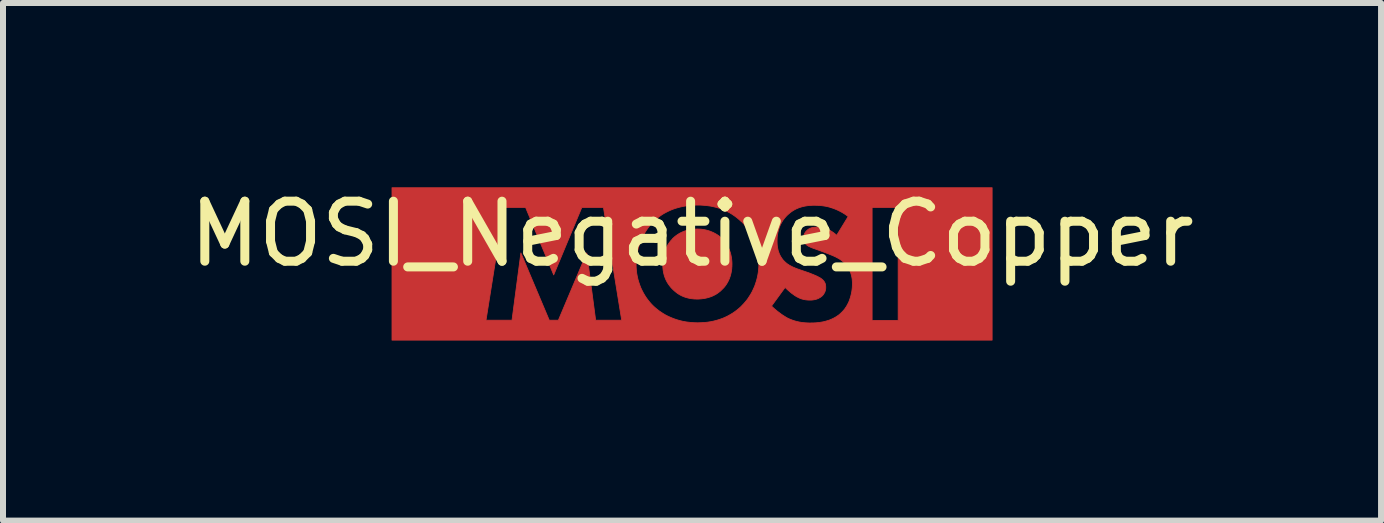
<source format=kicad_pcb>
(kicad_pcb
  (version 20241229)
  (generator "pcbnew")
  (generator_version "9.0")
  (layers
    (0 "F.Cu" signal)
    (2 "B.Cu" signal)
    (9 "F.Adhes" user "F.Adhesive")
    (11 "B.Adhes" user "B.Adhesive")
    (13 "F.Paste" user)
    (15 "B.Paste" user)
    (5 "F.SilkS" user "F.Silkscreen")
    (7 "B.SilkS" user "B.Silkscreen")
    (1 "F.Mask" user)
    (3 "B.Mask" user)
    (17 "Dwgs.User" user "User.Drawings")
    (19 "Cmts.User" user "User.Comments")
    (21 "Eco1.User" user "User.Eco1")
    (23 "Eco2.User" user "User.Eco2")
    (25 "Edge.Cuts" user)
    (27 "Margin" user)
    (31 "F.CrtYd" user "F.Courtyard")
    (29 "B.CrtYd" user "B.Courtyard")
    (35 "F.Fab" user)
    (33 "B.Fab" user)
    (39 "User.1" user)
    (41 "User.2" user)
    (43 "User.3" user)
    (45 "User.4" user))
  (footprint "MOSI_Negative_Copper"
    (layer "F.Cu")
    (at 8.482 1.348)
    (property "Reference" "MOSI_Negative_Copper" (at 0 -0.5 0) (unlocked yes) (layer "F.SilkS") (effects (font (size 1 1) (thickness 0.15))))
    (fp_poly (pts (xy 0.119 -0.581) (xy 0.151 -0.579) (xy 0.182 -0.575) (xy 0.212 -0.57) (xy 0.242 -0.563) (xy 0.271 -0.555) (xy 0.299 -0.546) (xy 0.326 -0.535) (xy 0.352 -0.524) (xy 0.377 -0.511) (xy 0.401 -0.498) (xy 0.424 -0.484) (xy 0.446 -0.469) (xy 0.466 -0.453) (xy 0.485 -0.437) (xy 0.503 -0.42) (xy 0.519 -0.403) (xy 0.535 -0.385) (xy 0.55 -0.366) (xy 0.564 -0.345) (xy 0.578 -0.323) (xy 0.592 -0.3) (xy 0.604 -0.275) (xy 0.616 -0.249) (xy 0.627 -0.222) (xy 0.637 -0.193) (xy 0.645 -0.164) (xy 0.652 -0.133) (xy 0.658 -0.1) (xy 0.662 -0.067) (xy 0.665 -0.032) (xy 0.666 0.004) (xy 0.665 0.023) (xy 0.665 0.043) (xy 0.663 0.062) (xy 0.662 0.08) (xy 0.66 0.099) (xy 0.657 0.116) (xy 0.654 0.133) (xy 0.651 0.15) (xy 0.647 0.166) (xy 0.643 0.182) (xy 0.639 0.197) (xy 0.634 0.212) (xy 0.624 0.241) (xy 0.612 0.268) (xy 0.6 0.293) (xy 0.587 0.316) (xy 0.574 0.338) (xy 0.56 0.358) (xy 0.546 0.377) (xy 0.532 0.394) (xy 0.517 0.409) (xy 0.503 0.423) (xy 0.486 0.44) (xy 0.468 0.457) (xy 0.448 0.472) (xy 0.428 0.487) (xy 0.406 0.502) (xy 0.383 0.515) (xy 0.359 0.527) (xy 0.334 0.539) (xy 0.307 0.549) (xy 0.279 0.558) (xy 0.25 0.566) (xy 0.22 0.573) (xy 0.189 0.578) (xy 0.156 0.582) (xy 0.122 0.585) (xy 0.087 0.586) (xy 0.06 0.585) (xy 0.033 0.584) (xy 0.007 0.581) (xy -0.02 0.578) (xy -0.046 0.573) (xy -0.072 0.567) (xy -0.098 0.56) (xy -0.123 0.552) (xy -0.148 0.542) (xy -0.173 0.531) (xy -0.198 0.518) (xy -0.222 0.504) (xy -0.246 0.488) (xy -0.269 0.47) (xy -0.292 0.451) (xy -0.315 0.43) (xy -0.336 0.409) (xy -0.356 0.387) (xy -0.374 0.364) (xy -0.391 0.341) (xy -0.407 0.317) (xy -0.421 0.292) (xy -0.434 0.267) (xy -0.445 0.241) (xy -0.455 0.215) (xy -0.464 0.187) (xy -0.471 0.159) (xy -0.477 0.13) (xy -0.482 0.101) (xy -0.485 0.07) (xy -0.487 0.039) (xy -0.488 0.007) (xy -0.488 -0.012) (xy -0.487 -0.031) (xy -0.486 -0.05) (xy -0.484 -0.068) (xy -0.482 -0.086) (xy -0.48 -0.103) (xy -0.477 -0.12) (xy -0.473 -0.137) (xy -0.466 -0.169) (xy -0.457 -0.199) (xy -0.447 -0.228) (xy -0.435 -0.255) (xy -0.423 -0.281) (xy -0.41 -0.306) (xy -0.397 -0.328) (xy -0.382 -0.35) (xy -0.368 -0.369) (xy -0.353 -0.388) (xy -0.337 -0.405) (xy -0.322 -0.42) (xy -0.326 -0.42) (xy -0.306 -0.438) (xy -0.286 -0.456) (xy -0.264 -0.473) (xy -0.242 -0.488) (xy -0.219 -0.503) (xy -0.196 -0.516) (xy -0.171 -0.528) (xy -0.146 -0.539) (xy -0.12 -0.549) (xy -0.093 -0.558) (xy -0.065 -0.565) (xy -0.036 -0.571) (xy -0.006 -0.576) (xy 0.024 -0.579) (xy 0.055 -0.581) (xy 0.087 -0.582)) (stroke (width 0.013) (type solid)) (fill yes) (layer "F.Cu"))
    (fp_poly (pts (xy 5.001 1.27) (xy -5 1.27) (xy -5 0.938) (xy -3.434 0.938) (xy -3.434 0.942) (xy -3.433 0.938) (xy -3 0.938) (xy -2.852 -0.183) (xy -2.379 0.938) (xy -2.227 0.938) (xy -1.754 -0.183) (xy -1.606 0.938) (xy -1.172 0.938) (xy -1.323 0.007) (xy -0.932 0.007) (xy -0.931 0.058) (xy -0.927 0.109) (xy -0.921 0.159) (xy -0.912 0.208) (xy -0.901 0.257) (xy -0.887 0.304) (xy -0.871 0.351) (xy -0.854 0.396) (xy -0.833 0.44) (xy -0.811 0.483) (xy -0.787 0.524) (xy -0.761 0.564) (xy -0.733 0.602) (xy -0.704 0.638) (xy -0.673 0.673) (xy -0.64 0.706) (xy -0.612 0.731) (xy -0.582 0.756) (xy -0.55 0.781) (xy -0.515 0.805) (xy -0.478 0.829) (xy -0.439 0.852) (xy -0.397 0.873) (xy -0.352 0.893) (xy -0.305 0.912) (xy -0.256 0.929) (xy -0.204 0.944) (xy -0.15 0.957) (xy -0.093 0.967) (xy -0.033 0.974) (xy 0.029 0.979) (xy 0.094 0.981) (xy 0.152 0.979) (xy 0.208 0.976) (xy 0.263 0.97) (xy 0.315 0.962) (xy 0.366 0.951) (xy 0.416 0.938) (xy 0.463 0.923) (xy 0.509 0.907) (xy 0.553 0.888) (xy 0.596 0.867) (xy 0.637 0.844) (xy 0.677 0.82) (xy 0.715 0.794) (xy 0.752 0.766) (xy 0.787 0.737) (xy 0.821 0.706) (xy 0.824 0.702) (xy 1.325 0.702) (xy 1.353 0.729) (xy 1.385 0.757) (xy 1.418 0.785) (xy 1.454 0.812) (xy 1.49 0.839) (xy 1.509 0.852) (xy 1.527 0.864) (xy 1.546 0.875) (xy 1.564 0.887) (xy 1.582 0.897) (xy 1.6 0.907) (xy 1.623 0.917) (xy 1.645 0.926) (xy 1.668 0.935) (xy 1.691 0.943) (xy 1.713 0.95) (xy 1.736 0.956) (xy 1.759 0.962) (xy 1.782 0.967) (xy 1.805 0.971) (xy 1.829 0.975) (xy 1.852 0.978) (xy 1.876 0.98) (xy 1.9 0.982) (xy 1.925 0.983) (xy 1.949 0.984) (xy 1.974 0.984) (xy 2.026 0.983) (xy 2.055 0.982) (xy 2.086 0.979) (xy 2.119 0.976) (xy 2.154 0.97) (xy 2.189 0.964) (xy 2.225 0.955) (xy 2.261 0.944) (xy 2.269 0.942) (xy 3.001 0.942) (xy 3.435 0.942) (xy 3.435 -0.942) (xy 3.001 -0.942) (xy 3.001 0.942) (xy 2.269 0.942) (xy 2.298 0.932) (xy 2.335 0.916) (xy 2.371 0.898) (xy 2.407 0.877) (xy 2.424 0.865) (xy 2.442 0.853) (xy 2.459 0.839) (xy 2.475 0.825) (xy 2.491 0.81) (xy 2.507 0.794) (xy 2.525 0.774) (xy 2.543 0.752) (xy 2.559 0.729) (xy 2.575 0.705) (xy 2.589 0.679) (xy 2.603 0.653) (xy 2.616 0.625) (xy 2.627 0.595) (xy 2.637 0.565) (xy 2.646 0.534) (xy 2.654 0.501) (xy 2.661 0.468) (xy 2.666 0.434) (xy 2.67 0.4) (xy 2.672 0.364) (xy 2.673 0.328) (xy 2.673 0.307) (xy 2.671 0.286) (xy 2.67 0.264) (xy 2.667 0.242) (xy 2.663 0.22) (xy 2.658 0.197) (xy 2.652 0.175) (xy 2.645 0.152) (xy 2.637 0.13) (xy 2.627 0.107) (xy 2.616 0.085) (xy 2.603 0.063) (xy 2.589 0.041) (xy 2.573 0.02) (xy 2.555 -0.001) (xy 2.535 -0.021) (xy 2.521 -0.034) (xy 2.506 -0.046) (xy 2.491 -0.058) (xy 2.475 -0.069) (xy 2.459 -0.08) (xy 2.443 -0.09) (xy 2.426 -0.099) (xy 2.409 -0.108) (xy 2.392 -0.117) (xy 2.375 -0.125) (xy 2.342 -0.14) (xy 2.309 -0.153) (xy 2.278 -0.166) (xy 2.137 -0.219) (xy 2.053 -0.249) (xy 2.018 -0.261) (xy 2.003 -0.267) (xy 1.988 -0.273) (xy 1.974 -0.279) (xy 1.962 -0.285) (xy 1.95 -0.29) (xy 1.939 -0.297) (xy 1.928 -0.303) (xy 1.918 -0.31) (xy 1.909 -0.317) (xy 1.9 -0.325) (xy 1.895 -0.33) (xy 1.89 -0.335) (xy 1.886 -0.341) (xy 1.882 -0.347) (xy 1.878 -0.352) (xy 1.875 -0.358) (xy 1.871 -0.365) (xy 1.869 -0.371) (xy 1.866 -0.377) (xy 1.864 -0.384) (xy 1.862 -0.391) (xy 1.861 -0.398) (xy 1.859 -0.406) (xy 1.859 -0.414) (xy 1.858 -0.422) (xy 1.858 -0.43) (xy 1.858 -0.44) (xy 1.859 -0.449) (xy 1.86 -0.457) (xy 1.862 -0.466) (xy 1.864 -0.474) (xy 1.866 -0.483) (xy 1.869 -0.491) (xy 1.872 -0.498) (xy 1.876 -0.506) (xy 1.879 -0.513) (xy 1.883 -0.52) (xy 1.888 -0.527) (xy 1.892 -0.533) (xy 1.897 -0.539) (xy 1.902 -0.545) (xy 1.907 -0.55) (xy 1.912 -0.555) (xy 1.917 -0.56) (xy 1.922 -0.565) (xy 1.927 -0.569) (xy 1.938 -0.577) (xy 1.948 -0.584) (xy 1.96 -0.59) (xy 1.971 -0.595) (xy 1.983 -0.6) (xy 1.995 -0.603) (xy 2.007 -0.606) (xy 2.019 -0.609) (xy 2.032 -0.61) (xy 2.044 -0.612) (xy 2.056 -0.613) (xy 2.068 -0.613) (xy 2.091 -0.614) (xy 2.115 -0.613) (xy 2.129 -0.612) (xy 2.144 -0.611) (xy 2.161 -0.608) (xy 2.179 -0.605) (xy 2.198 -0.6) (xy 2.218 -0.594) (xy 2.239 -0.587) (xy 2.261 -0.578) (xy 2.284 -0.567) (xy 2.307 -0.554) (xy 2.331 -0.539) (xy 2.356 -0.522) (xy 2.382 -0.502) (xy 2.408 -0.48) (xy 2.408 -0.473) (xy 2.602 -0.79) (xy 2.561 -0.82) (xy 2.521 -0.846) (xy 2.481 -0.869) (xy 2.441 -0.889) (xy 2.402 -0.907) (xy 2.364 -0.922) (xy 2.327 -0.935) (xy 2.291 -0.946) (xy 2.255 -0.955) (xy 2.221 -0.962) (xy 2.188 -0.967) (xy 2.156 -0.971) (xy 2.126 -0.974) (xy 2.097 -0.976) (xy 2.045 -0.977) (xy 2.012 -0.977) (xy 1.98 -0.975) (xy 1.948 -0.973) (xy 1.917 -0.969) (xy 1.886 -0.964) (xy 1.855 -0.958) (xy 1.826 -0.95) (xy 1.796 -0.941) (xy 1.767 -0.93) (xy 1.739 -0.918) (xy 1.711 -0.904) (xy 1.684 -0.888) (xy 1.657 -0.87) (xy 1.631 -0.85) (xy 1.605 -0.828) (xy 1.579 -0.804) (xy 1.559 -0.782) (xy 1.54 -0.76) (xy 1.522 -0.736) (xy 1.506 -0.712) (xy 1.492 -0.688) (xy 1.478 -0.663) (xy 1.466 -0.637) (xy 1.456 -0.611) (xy 1.447 -0.584) (xy 1.439 -0.557) (xy 1.432 -0.529) (xy 1.427 -0.501) (xy 1.422 -0.472) (xy 1.419 -0.442) (xy 1.418 -0.412) (xy 1.417 -0.381) (xy 1.418 -0.345) (xy 1.419 -0.326) (xy 1.421 -0.306) (xy 1.423 -0.286) (xy 1.427 -0.265) (xy 1.431 -0.244) (xy 1.436 -0.222) (xy 1.443 -0.201) (xy 1.451 -0.179) (xy 1.46 -0.157) (xy 1.471 -0.136) (xy 1.483 -0.115) (xy 1.497 -0.094) (xy 1.512 -0.073) (xy 1.53 -0.053) (xy 1.544 -0.039) (xy 1.558 -0.026) (xy 1.573 -0.013) (xy 1.588 -0.001) (xy 1.604 0.009) (xy 1.62 0.02) (xy 1.637 0.029) (xy 1.654 0.038) (xy 1.671 0.047) (xy 1.688 0.055) (xy 1.723 0.07) (xy 1.757 0.083) (xy 1.791 0.095) (xy 1.946 0.148) (xy 1.996 0.168) (xy 2.026 0.18) (xy 2.057 0.193) (xy 2.088 0.207) (xy 2.103 0.215) (xy 2.117 0.223) (xy 2.131 0.23) (xy 2.144 0.238) (xy 2.155 0.246) (xy 2.165 0.254) (xy 2.172 0.26) (xy 2.179 0.266) (xy 2.185 0.273) (xy 2.191 0.279) (xy 2.197 0.286) (xy 2.202 0.294) (xy 2.207 0.301) (xy 2.211 0.309) (xy 2.215 0.317) (xy 2.219 0.326) (xy 2.222 0.335) (xy 2.224 0.345) (xy 2.226 0.355) (xy 2.227 0.365) (xy 2.228 0.376) (xy 2.228 0.388) (xy 2.228 0.395) (xy 2.228 0.401) (xy 2.228 0.407) (xy 2.227 0.414) (xy 2.226 0.42) (xy 2.225 0.426) (xy 2.224 0.431) (xy 2.223 0.437) (xy 2.222 0.443) (xy 2.22 0.448) (xy 2.217 0.459) (xy 2.213 0.469) (xy 2.208 0.478) (xy 2.203 0.488) (xy 2.198 0.496) (xy 2.193 0.505) (xy 2.187 0.513) (xy 2.181 0.52) (xy 2.174 0.527) (xy 2.168 0.534) (xy 2.161 0.54) (xy 2.149 0.549) (xy 2.137 0.558) (xy 2.124 0.565) (xy 2.112 0.572) (xy 2.099 0.578) (xy 2.086 0.583) (xy 2.073 0.588) (xy 2.06 0.591) (xy 2.047 0.595) (xy 2.034 0.597) (xy 2.022 0.599) (xy 2.01 0.601) (xy 1.998 0.602) (xy 1.986 0.603) (xy 1.975 0.603) (xy 1.964 0.603) (xy 1.947 0.603) (xy 1.931 0.602) (xy 1.916 0.601) (xy 1.9 0.599) (xy 1.885 0.597) (xy 1.87 0.594) (xy 1.855 0.591) (xy 1.84 0.587) (xy 1.826 0.583) (xy 1.812 0.578) (xy 1.797 0.572) (xy 1.783 0.566) (xy 1.769 0.559) (xy 1.755 0.552) (xy 1.741 0.545) (xy 1.727 0.536) (xy 1.717 0.53) (xy 1.707 0.523) (xy 1.696 0.515) (xy 1.685 0.507) (xy 1.661 0.49) (xy 1.638 0.471) (xy 1.615 0.451) (xy 1.592 0.431) (xy 1.571 0.411) (xy 1.551 0.392) (xy 1.325 0.702) (xy 0.824 0.702) (xy 0.857 0.668) (xy 0.891 0.629) (xy 0.923 0.589) (xy 0.951 0.547) (xy 0.978 0.505) (xy 1.002 0.462) (xy 1.023 0.417) (xy 1.043 0.373) (xy 1.059 0.327) (xy 1.074 0.281) (xy 1.086 0.235) (xy 1.096 0.188) (xy 1.104 0.141) (xy 1.109 0.094) (xy 1.113 0.047) (xy 1.114 0) (xy 1.112 -0.054) (xy 1.108 -0.106) (xy 1.102 -0.158) (xy 1.093 -0.209) (xy 1.081 -0.258) (xy 1.067 -0.306) (xy 1.052 -0.353) (xy 1.033 -0.398) (xy 1.013 -0.442) (xy 0.991 -0.485) (xy 0.967 -0.526) (xy 0.941 -0.566) (xy 0.913 -0.604) (xy 0.884 -0.641) (xy 0.853 -0.676) (xy 0.821 -0.709) (xy 0.821 -0.706) (xy 0.785 -0.739) (xy 0.748 -0.77) (xy 0.709 -0.799) (xy 0.67 -0.826) (xy 0.628 -0.851) (xy 0.586 -0.873) (xy 0.542 -0.894) (xy 0.497 -0.912) (xy 0.451 -0.928) (xy 0.403 -0.942) (xy 0.355 -0.954) (xy 0.305 -0.964) (xy 0.254 -0.971) (xy 0.202 -0.976) (xy 0.148 -0.98) (xy 0.094 -0.981) (xy 0.059 -0.98) (xy 0.025 -0.979) (xy -0.008 -0.977) (xy -0.041 -0.974) (xy -0.072 -0.971) (xy -0.103 -0.966) (xy -0.133 -0.961) (xy -0.162 -0.956) (xy -0.191 -0.949) (xy -0.219 -0.942) (xy -0.245 -0.935) (xy -0.272 -0.927) (xy -0.322 -0.91) (xy -0.368 -0.891) (xy -0.412 -0.87) (xy -0.454 -0.848) (xy -0.492 -0.826) (xy -0.527 -0.802) (xy -0.56 -0.778) (xy -0.591 -0.754) (xy -0.618 -0.73) (xy -0.643 -0.706) (xy -0.674 -0.673) (xy -0.704 -0.638) (xy -0.733 -0.6) (xy -0.76 -0.561) (xy -0.785 -0.521) (xy -0.809 -0.478) (xy -0.831 -0.434) (xy -0.851 -0.389) (xy -0.87 -0.342) (xy -0.886 -0.295) (xy -0.899 -0.246) (xy -0.911 -0.197) (xy -0.92 -0.146) (xy -0.927 -0.096) (xy -0.931 -0.044) (xy -0.932 0.007) (xy -1.323 0.007) (xy -1.476 -0.942) (xy -1.836 -0.942) (xy -2.305 0.183) (xy -2.774 -0.942) (xy -3.134 -0.942) (xy -3.433 0.938) (xy -3.434 0.938) (xy -5 0.938) (xy -5 -1.27) (xy 5.001 -1.27)) (stroke (width 0.013) (type solid)) (fill yes) (layer "F.Cu")))
  (gr_rect
    (start -3 -3)
    (end 19.964 5.625)
    (stroke (width 0.1) (type default))
    (fill no)
    (layer "Edge.Cuts")))
</source>
